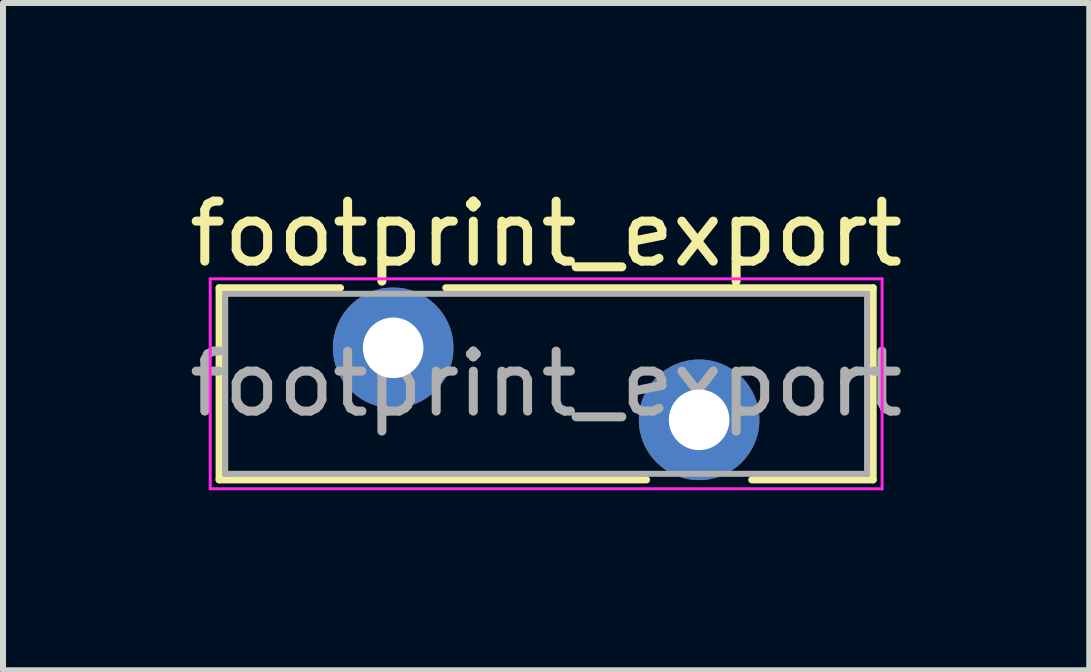
<source format=kicad_pcb>
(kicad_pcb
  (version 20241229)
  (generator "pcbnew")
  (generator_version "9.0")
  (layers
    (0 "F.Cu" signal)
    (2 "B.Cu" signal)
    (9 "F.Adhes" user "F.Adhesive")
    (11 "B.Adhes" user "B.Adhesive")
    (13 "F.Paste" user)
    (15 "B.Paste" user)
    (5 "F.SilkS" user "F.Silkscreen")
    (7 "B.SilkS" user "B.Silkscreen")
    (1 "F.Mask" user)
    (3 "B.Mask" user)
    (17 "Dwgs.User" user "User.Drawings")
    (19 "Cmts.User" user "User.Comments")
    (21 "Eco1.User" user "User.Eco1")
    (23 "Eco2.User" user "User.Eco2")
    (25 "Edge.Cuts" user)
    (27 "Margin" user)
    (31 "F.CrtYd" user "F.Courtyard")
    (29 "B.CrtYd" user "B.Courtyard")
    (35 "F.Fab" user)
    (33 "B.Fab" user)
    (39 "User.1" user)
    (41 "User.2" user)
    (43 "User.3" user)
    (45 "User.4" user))
  (footprint "footprint_export"
    (layer "F.Cu")
    (at 3.504 2.748)
    (property "Reference" "footprint_export" (at 2.55 -1.9 0) (layer "F.SilkS") (effects (font (size 1 1) (thickness 0.15))))
    (attr through_hole)
    (fp_line (start -2.9 -1) (end -2.9 2.2) (stroke (width 0.12) (type solid)) (layer "F.SilkS"))
    (fp_line (start -2.9 -1) (end -0.879 -1) (stroke (width 0.12) (type solid)) (layer "F.SilkS"))
    (fp_line (start -2.9 2.2) (end 4.222 2.2) (stroke (width 0.12) (type solid)) (layer "F.SilkS"))
    (fp_line (start 0.879 -1) (end 8 -1) (stroke (width 0.12) (type solid)) (layer "F.SilkS"))
    (fp_line (start 5.979 2.2) (end 8 2.2) (stroke (width 0.12) (type solid)) (layer "F.SilkS"))
    (fp_line (start 8 -1) (end 8 2.2) (stroke (width 0.12) (type solid)) (layer "F.SilkS"))
    (fp_line (start -3.05 -1.15) (end -3.05 2.35) (stroke (width 0.05) (type solid)) (layer "F.CrtYd"))
    (fp_line (start -3.05 2.35) (end 8.15 2.35) (stroke (width 0.05) (type solid)) (layer "F.CrtYd"))
    (fp_line (start 8.15 -1.15) (end -3.05 -1.15) (stroke (width 0.05) (type solid)) (layer "F.CrtYd"))
    (fp_line (start 8.15 2.35) (end 8.15 -1.15) (stroke (width 0.05) (type solid)) (layer "F.CrtYd"))
    (fp_line (start -2.8 -0.9) (end -2.8 2.1) (stroke (width 0.1) (type solid)) (layer "F.Fab"))
    (fp_line (start -2.8 2.1) (end 7.9 2.1) (stroke (width 0.1) (type solid)) (layer "F.Fab"))
    (fp_line (start 7.9 -0.9) (end -2.8 -0.9) (stroke (width 0.1) (type solid)) (layer "F.Fab"))
    (fp_line (start 7.9 2.1) (end 7.9 -0.9) (stroke (width 0.1) (type solid)) (layer "F.Fab"))
    (fp_text user "${REFERENCE}" (at 2.55 0.6 0) (layer "F.Fab") (effects (font (size 1 1) (thickness 0.15))))
    (pad "1" thru_hole circle (at 0 0) (size 2.01 2.01) (drill 1.01) (layers "*.Cu" "*.Mask"))
    (pad "2" thru_hole circle (at 5.1 1.2) (size 2.01 2.01) (drill 1.01) (layers "*.Cu" "*.Mask")))
  (gr_rect
    (start -3 -3)
    (end 15.107 8.123)
    (stroke (width 0.1) (type default))
    (fill no)
    (layer "Edge.Cuts")))
</source>
